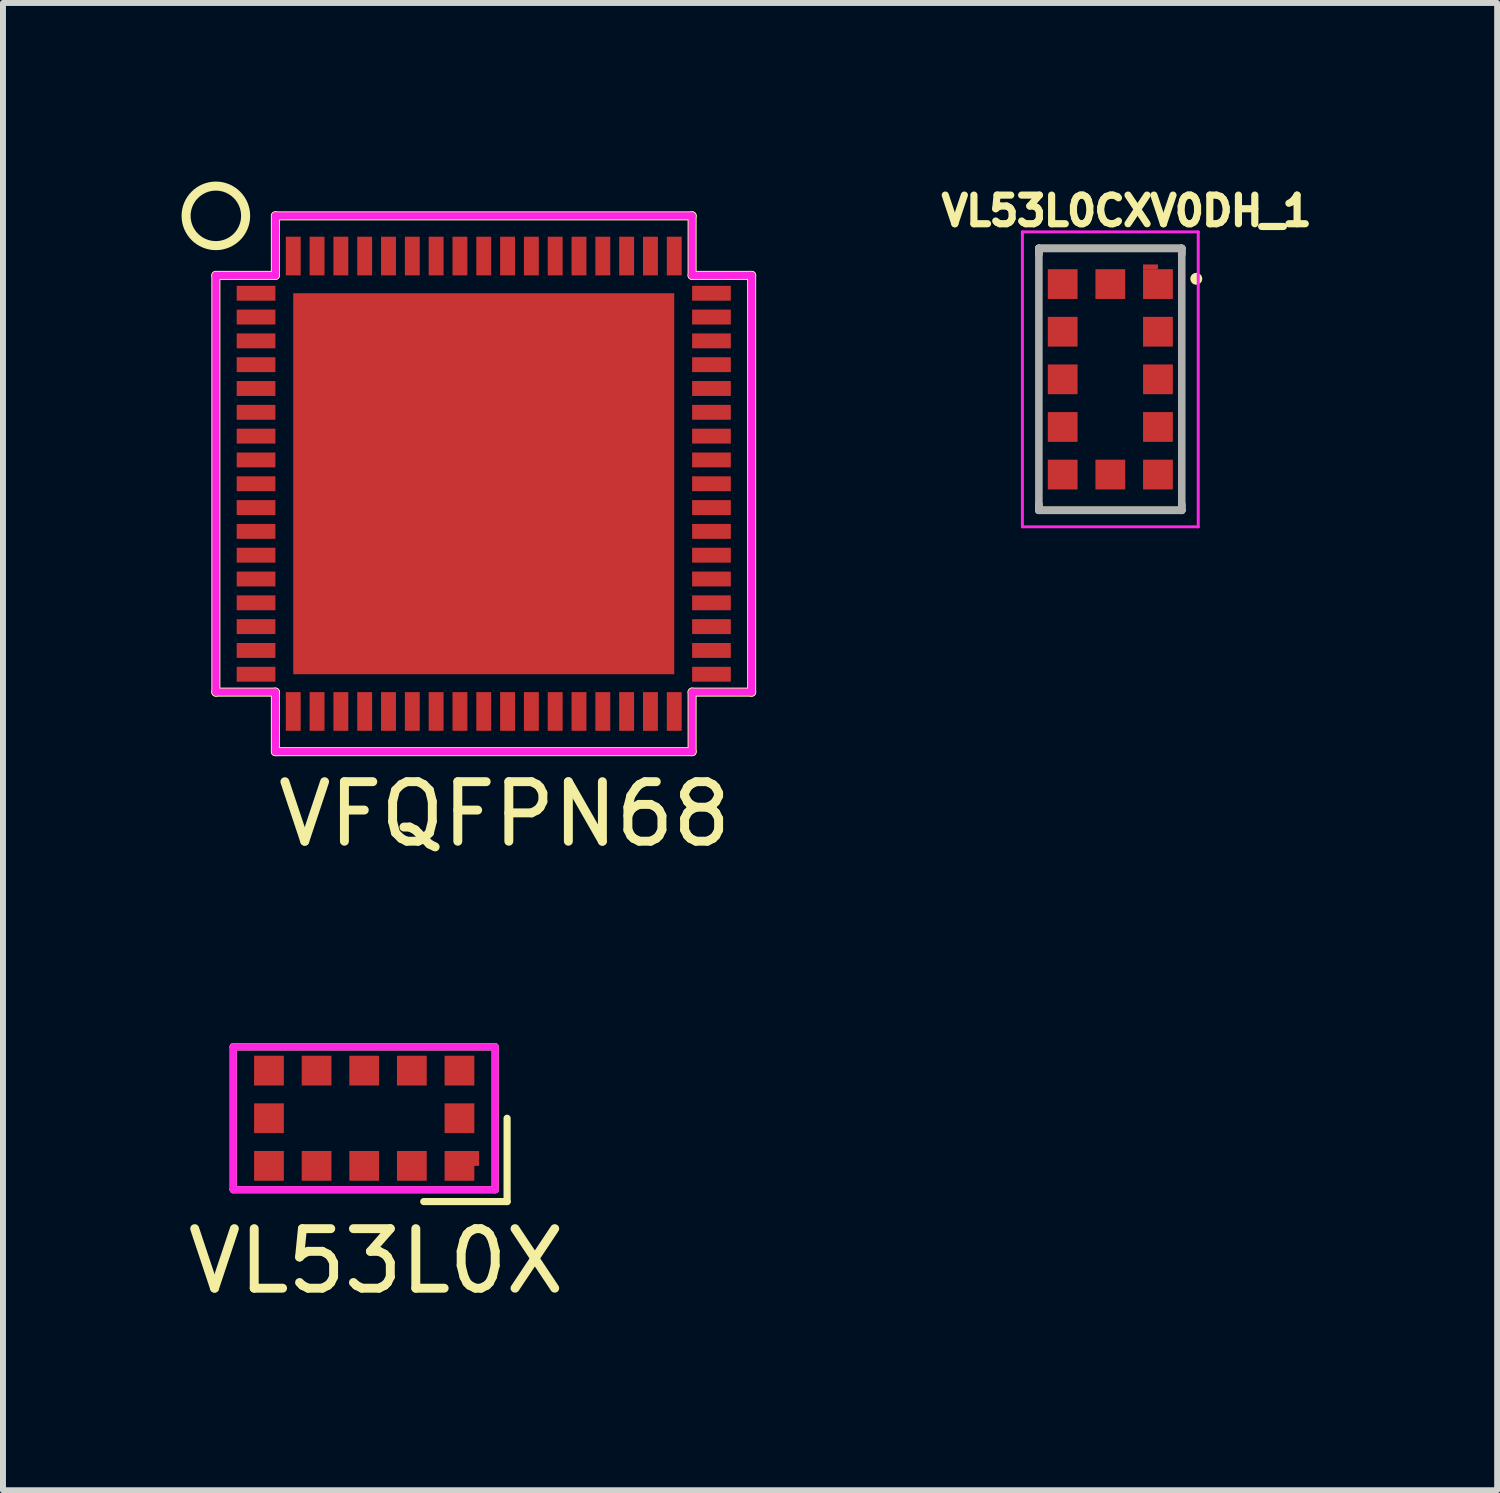
<source format=kicad_pcb>
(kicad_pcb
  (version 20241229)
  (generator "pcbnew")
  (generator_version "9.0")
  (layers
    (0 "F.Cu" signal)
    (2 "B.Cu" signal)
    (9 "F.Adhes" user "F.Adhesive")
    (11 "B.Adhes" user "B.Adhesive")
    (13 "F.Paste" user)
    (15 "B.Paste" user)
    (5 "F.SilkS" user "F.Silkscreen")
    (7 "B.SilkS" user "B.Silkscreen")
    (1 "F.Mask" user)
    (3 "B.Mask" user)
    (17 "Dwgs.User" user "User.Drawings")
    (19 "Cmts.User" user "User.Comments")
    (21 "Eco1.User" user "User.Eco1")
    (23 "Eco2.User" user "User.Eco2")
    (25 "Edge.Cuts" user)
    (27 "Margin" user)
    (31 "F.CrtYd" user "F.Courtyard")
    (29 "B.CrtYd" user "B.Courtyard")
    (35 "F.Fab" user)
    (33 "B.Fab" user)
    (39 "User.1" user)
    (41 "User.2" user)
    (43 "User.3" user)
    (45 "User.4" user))
  (footprint "VL53L0X"
    (layer "F.Cu")
    (at 3.068 15.734)
    (property "Reference" "VL53L0X" (at 0.2 2.4 0) (layer "F.SilkS") (effects (font (size 1 1) (thickness 0.15))))
    (attr through_hole)
    (fp_line (start -2.2 -1.2) (end 2.2 -1.2) (stroke (width 0.12) (type solid)) (layer "F.SilkS"))
    (fp_line (start -2.2 1.2) (end -2.2 -1.2) (stroke (width 0.12) (type solid)) (layer "F.SilkS"))
    (fp_line (start 2.2 -1.2) (end 2.2 1.2) (stroke (width 0.12) (type solid)) (layer "F.SilkS"))
    (fp_line (start 2.2 1.2) (end -2.2 1.2) (stroke (width 0.12) (type solid)) (layer "F.SilkS"))
    (fp_line (start 2.4 0) (end 2.4 1.4) (stroke (width 0.12) (type solid)) (layer "F.SilkS"))
    (fp_line (start 2.4 1.4) (end 1 1.4) (stroke (width 0.12) (type solid)) (layer "F.SilkS"))
    (fp_line (start -2.2 -1.2) (end 2.2 -1.2) (stroke (width 0.12) (type solid)) (layer "F.CrtYd"))
    (fp_line (start -2.2 1.2) (end -2.2 -1.2) (stroke (width 0.12) (type solid)) (layer "F.CrtYd"))
    (fp_line (start 2.2 -1.2) (end 2.2 1.2) (stroke (width 0.12) (type solid)) (layer "F.CrtYd"))
    (fp_line (start 2.2 1.2) (end -2.2 1.2) (stroke (width 0.12) (type solid)) (layer "F.CrtYd"))
    (pad "1" smd custom (at 1.6 0.8) (size 0.5 0.5) (layers "F.Cu" "F.Mask" "F.Paste") (options (anchor rect)) (primitives (gr_poly (pts (xy 0.33 0) (xy 0.33 -0.25) (xy 0.25 -0.25) (xy 0.25 0)) (width 0) (fill yes))))
    (pad "2" smd rect (at 0.8 0.8) (size 0.5 0.5) (layers "F.Cu" "F.Mask" "F.Paste"))
    (pad "3" smd rect (at 0 0.8) (size 0.5 0.5) (layers "F.Cu" "F.Mask" "F.Paste"))
    (pad "4" smd rect (at -0.8 0.8) (size 0.5 0.5) (layers "F.Cu" "F.Mask" "F.Paste"))
    (pad "5" smd rect (at -1.6 0.8) (size 0.5 0.5) (layers "F.Cu" "F.Mask" "F.Paste"))
    (pad "6" smd rect (at -1.6 0) (size 0.5 0.5) (layers "F.Cu" "F.Mask" "F.Paste"))
    (pad "7" smd rect (at -1.6 -0.8) (size 0.5 0.5) (layers "F.Cu" "F.Mask" "F.Paste"))
    (pad "8" smd rect (at -0.8 -0.8) (size 0.5 0.5) (layers "F.Cu" "F.Mask" "F.Paste"))
    (pad "9" smd rect (at 0 -0.8) (size 0.5 0.5) (layers "F.Cu" "F.Mask" "F.Paste"))
    (pad "10" smd rect (at 0.8 -0.8) (size 0.5 0.5) (layers "F.Cu" "F.Mask" "F.Paste"))
    (pad "11" smd rect (at 1.6 -0.8) (size 0.5 0.5) (layers "F.Cu" "F.Mask" "F.Paste"))
    (pad "12" smd rect (at 1.6 0) (size 0.5 0.5) (layers "F.Cu" "F.Mask" "F.Paste")))
  (footprint "VFQFPN68"
    (layer "F.Cu")
    (at 5.076 5.076)
    (property "Reference" "VFQFPN68" (at 0.35 5.55 0) (layer "F.SilkS") (effects (font (size 1 1) (thickness 0.15))))
    (attr through_hole)
    (fp_line (start -4.5 -3.5) (end -4.5 3.5) (stroke (width 0.152) (type solid)) (layer "F.SilkS"))
    (fp_line (start -4.5 3.5) (end -3.5 3.5) (stroke (width 0.152) (type solid)) (layer "F.SilkS"))
    (fp_line (start -3.5 -4.5) (end -3.5 -3.5) (stroke (width 0.152) (type solid)) (layer "F.SilkS"))
    (fp_line (start -3.5 -3.5) (end -4.5 -3.5) (stroke (width 0.152) (type solid)) (layer "F.SilkS"))
    (fp_line (start -3.5 3.5) (end -3.5 4.5) (stroke (width 0.152) (type solid)) (layer "F.SilkS"))
    (fp_line (start -3.5 4.5) (end 3.5 4.5) (stroke (width 0.152) (type solid)) (layer "F.SilkS"))
    (fp_line (start 3.5 -4.5) (end -3.5 -4.5) (stroke (width 0.152) (type solid)) (layer "F.SilkS"))
    (fp_line (start 3.5 -3.5) (end 3.5 -4.5) (stroke (width 0.152) (type solid)) (layer "F.SilkS"))
    (fp_line (start 3.5 3.5) (end 4.5 3.5) (stroke (width 0.152) (type solid)) (layer "F.SilkS"))
    (fp_line (start 3.5 4.5) (end 3.5 3.5) (stroke (width 0.152) (type solid)) (layer "F.SilkS"))
    (fp_line (start 4.5 -3.5) (end 3.5 -3.5) (stroke (width 0.152) (type solid)) (layer "F.SilkS"))
    (fp_line (start 4.5 3.5) (end 4.5 -3.5) (stroke (width 0.152) (type solid)) (layer "F.SilkS"))
    (fp_circle (center -4.5 -4.5) (end -4 -4.5) (stroke (width 0.152) (type solid)) (fill no) (layer "F.SilkS"))
    (fp_poly (pts (xy -2.8 -2.8) (xy -2.8 -0.4) (xy -0.4 -0.4) (xy -0.4 -2.8)) (stroke (width 0.1) (type solid)) (fill yes) (layer "F.Paste"))
    (fp_poly (pts (xy -2.8 0.4) (xy -2.8 2.8) (xy -0.4 2.8) (xy -0.4 0.4)) (stroke (width 0.1) (type solid)) (fill yes) (layer "F.Paste"))
    (fp_poly (pts (xy 0.4 -2.8) (xy 0.4 -0.4) (xy 2.8 -0.4) (xy 2.8 -2.8)) (stroke (width 0.1) (type solid)) (fill yes) (layer "F.Paste"))
    (fp_poly (pts (xy 0.4 0.4) (xy 0.4 2.8) (xy 2.8 2.8) (xy 2.8 0.4)) (stroke (width 0.1) (type solid)) (fill yes) (layer "F.Paste"))
    (fp_line (start -4.5 -3.5) (end -4.5 3.5) (stroke (width 0.12) (type solid)) (layer "F.CrtYd"))
    (fp_line (start -4.5 -3.5) (end -3.5 -3.5) (stroke (width 0.12) (type solid)) (layer "F.CrtYd"))
    (fp_line (start -4.5 3.5) (end -3.5 3.5) (stroke (width 0.12) (type solid)) (layer "F.CrtYd"))
    (fp_line (start -3.5 -4.5) (end 3.5 -4.5) (stroke (width 0.12) (type solid)) (layer "F.CrtYd"))
    (fp_line (start -3.5 -3.5) (end -3.5 -4.5) (stroke (width 0.12) (type solid)) (layer "F.CrtYd"))
    (fp_line (start -3.5 3.5) (end -3.5 4.5) (stroke (width 0.12) (type solid)) (layer "F.CrtYd"))
    (fp_line (start -3.5 4.5) (end 3.5 4.5) (stroke (width 0.12) (type solid)) (layer "F.CrtYd"))
    (fp_line (start 3.5 -4.5) (end 3.5 -3.5) (stroke (width 0.12) (type solid)) (layer "F.CrtYd"))
    (fp_line (start 3.5 3.5) (end 4.5 3.5) (stroke (width 0.12) (type solid)) (layer "F.CrtYd"))
    (fp_line (start 3.5 4.5) (end 3.5 3.5) (stroke (width 0.12) (type solid)) (layer "F.CrtYd"))
    (fp_line (start 4.5 -3.5) (end 3.5 -3.5) (stroke (width 0.12) (type solid)) (layer "F.CrtYd"))
    (fp_line (start 4.5 3.5) (end 4.5 -3.5) (stroke (width 0.12) (type solid)) (layer "F.CrtYd"))
    (pad "1" smd rect (at -3.825 -3.2) (size 0.65 0.25) (layers "F.Cu" "F.Mask" "F.Paste"))
    (pad "2" smd rect (at -3.825 -2.8) (size 0.65 0.25) (layers "F.Cu" "F.Mask" "F.Paste"))
    (pad "3" smd rect (at -3.825 -2.4) (size 0.65 0.25) (layers "F.Cu" "F.Mask" "F.Paste"))
    (pad "4" smd rect (at -3.825 -2) (size 0.65 0.25) (layers "F.Cu" "F.Mask" "F.Paste"))
    (pad "5" smd rect (at -3.825 -1.6) (size 0.65 0.25) (layers "F.Cu" "F.Mask" "F.Paste"))
    (pad "6" smd rect (at -3.825 -1.2) (size 0.65 0.25) (layers "F.Cu" "F.Mask" "F.Paste"))
    (pad "7" smd rect (at -3.825 -0.8) (size 0.65 0.25) (layers "F.Cu" "F.Mask" "F.Paste"))
    (pad "8" smd rect (at -3.825 -0.4) (size 0.65 0.25) (layers "F.Cu" "F.Mask" "F.Paste"))
    (pad "9" smd rect (at -3.825 0) (size 0.65 0.25) (layers "F.Cu" "F.Mask" "F.Paste"))
    (pad "10" smd rect (at -3.825 0.4) (size 0.65 0.25) (layers "F.Cu" "F.Mask" "F.Paste"))
    (pad "11" smd rect (at -3.825 0.8) (size 0.65 0.25) (layers "F.Cu" "F.Mask" "F.Paste"))
    (pad "12" smd rect (at -3.825 1.2) (size 0.65 0.25) (layers "F.Cu" "F.Mask" "F.Paste"))
    (pad "13" smd rect (at -3.825 1.6) (size 0.65 0.25) (layers "F.Cu" "F.Mask" "F.Paste"))
    (pad "14" smd rect (at -3.825 2) (size 0.65 0.25) (layers "F.Cu" "F.Mask" "F.Paste"))
    (pad "15" smd rect (at -3.825 2.4) (size 0.65 0.25) (layers "F.Cu" "F.Mask" "F.Paste"))
    (pad "16" smd rect (at -3.825 2.8) (size 0.65 0.25) (layers "F.Cu" "F.Mask" "F.Paste"))
    (pad "17" smd rect (at -3.825 3.2) (size 0.65 0.25) (layers "F.Cu" "F.Mask" "F.Paste"))
    (pad "18" smd rect (at -3.2 3.825) (size 0.25 0.65) (layers "F.Cu" "F.Mask" "F.Paste"))
    (pad "19" smd rect (at -2.8 3.825) (size 0.25 0.65) (layers "F.Cu" "F.Mask" "F.Paste"))
    (pad "20" smd rect (at -2.4 3.825) (size 0.25 0.65) (layers "F.Cu" "F.Mask" "F.Paste"))
    (pad "21" smd rect (at -2 3.825) (size 0.25 0.65) (layers "F.Cu" "F.Mask" "F.Paste"))
    (pad "22" smd rect (at -1.6 3.825) (size 0.25 0.65) (layers "F.Cu" "F.Mask" "F.Paste"))
    (pad "23" smd rect (at -1.2 3.825) (size 0.25 0.65) (layers "F.Cu" "F.Mask" "F.Paste"))
    (pad "24" smd rect (at -0.8 3.825) (size 0.25 0.65) (layers "F.Cu" "F.Mask" "F.Paste"))
    (pad "25" smd rect (at -0.4 3.825) (size 0.25 0.65) (layers "F.Cu" "F.Mask" "F.Paste"))
    (pad "26" smd rect (at 0 3.825) (size 0.25 0.65) (layers "F.Cu" "F.Mask" "F.Paste"))
    (pad "27" smd rect (at 0.4 3.825) (size 0.25 0.65) (layers "F.Cu" "F.Mask" "F.Paste"))
    (pad "28" smd rect (at 0.8 3.825) (size 0.25 0.65) (layers "F.Cu" "F.Mask" "F.Paste"))
    (pad "29" smd rect (at 1.2 3.825) (size 0.25 0.65) (layers "F.Cu" "F.Mask" "F.Paste"))
    (pad "30" smd rect (at 1.6 3.825) (size 0.25 0.65) (layers "F.Cu" "F.Mask" "F.Paste"))
    (pad "31" smd rect (at 2 3.825) (size 0.25 0.65) (layers "F.Cu" "F.Mask" "F.Paste"))
    (pad "32" smd rect (at 2.4 3.825) (size 0.25 0.65) (layers "F.Cu" "F.Mask" "F.Paste"))
    (pad "33" smd rect (at 2.8 3.825) (size 0.25 0.65) (layers "F.Cu" "F.Mask" "F.Paste"))
    (pad "34" smd rect (at 3.2 3.825) (size 0.25 0.65) (layers "F.Cu" "F.Mask" "F.Paste"))
    (pad "35" smd rect (at 3.825 3.2) (size 0.65 0.25) (layers "F.Cu" "F.Mask" "F.Paste"))
    (pad "36" smd rect (at 3.825 2.8) (size 0.65 0.25) (layers "F.Cu" "F.Mask" "F.Paste"))
    (pad "37" smd rect (at 3.825 2.4) (size 0.65 0.25) (layers "F.Cu" "F.Mask" "F.Paste"))
    (pad "38" smd rect (at 3.825 2) (size 0.65 0.25) (layers "F.Cu" "F.Mask" "F.Paste"))
    (pad "39" smd rect (at 3.825 1.6) (size 0.65 0.25) (layers "F.Cu" "F.Mask" "F.Paste"))
    (pad "40" smd rect (at 3.825 1.2) (size 0.65 0.25) (layers "F.Cu" "F.Mask" "F.Paste"))
    (pad "41" smd rect (at 3.825 0.8) (size 0.65 0.25) (layers "F.Cu" "F.Mask" "F.Paste"))
    (pad "42" smd rect (at 3.825 0.4) (size 0.65 0.25) (layers "F.Cu" "F.Mask" "F.Paste"))
    (pad "43" smd rect (at 3.825 0) (size 0.65 0.25) (layers "F.Cu" "F.Mask" "F.Paste"))
    (pad "44" smd rect (at 3.825 -0.4) (size 0.65 0.25) (layers "F.Cu" "F.Mask" "F.Paste"))
    (pad "45" smd rect (at 3.825 -0.8) (size 0.65 0.25) (layers "F.Cu" "F.Mask" "F.Paste"))
    (pad "46" smd rect (at 3.825 -1.2) (size 0.65 0.25) (layers "F.Cu" "F.Mask" "F.Paste"))
    (pad "47" smd rect (at 3.825 -1.6) (size 0.65 0.25) (layers "F.Cu" "F.Mask" "F.Paste"))
    (pad "48" smd rect (at 3.825 -2) (size 0.65 0.25) (layers "F.Cu" "F.Mask" "F.Paste"))
    (pad "49" smd rect (at 3.825 -2.4) (size 0.65 0.25) (layers "F.Cu" "F.Mask" "F.Paste"))
    (pad "50" smd rect (at 3.825 -2.8) (size 0.65 0.25) (layers "F.Cu" "F.Mask" "F.Paste"))
    (pad "51" smd rect (at 3.825 -3.2) (size 0.65 0.25) (layers "F.Cu" "F.Mask" "F.Paste"))
    (pad "52" smd rect (at 3.2 -3.825) (size 0.25 0.65) (layers "F.Cu" "F.Mask" "F.Paste"))
    (pad "53" smd rect (at 2.8 -3.825) (size 0.25 0.65) (layers "F.Cu" "F.Mask" "F.Paste"))
    (pad "54" smd rect (at 2.4 -3.825) (size 0.25 0.65) (layers "F.Cu" "F.Mask" "F.Paste"))
    (pad "55" smd rect (at 2 -3.825) (size 0.25 0.65) (layers "F.Cu" "F.Mask" "F.Paste"))
    (pad "56" smd rect (at 1.6 -3.825) (size 0.25 0.65) (layers "F.Cu" "F.Mask" "F.Paste"))
    (pad "57" smd rect (at 1.2 -3.825) (size 0.25 0.65) (layers "F.Cu" "F.Mask" "F.Paste"))
    (pad "58" smd rect (at 0.8 -3.825) (size 0.25 0.65) (layers "F.Cu" "F.Mask" "F.Paste"))
    (pad "59" smd rect (at 0.4 -3.825) (size 0.25 0.65) (layers "F.Cu" "F.Mask" "F.Paste"))
    (pad "60" smd rect (at 0 -3.825) (size 0.25 0.65) (layers "F.Cu" "F.Mask" "F.Paste"))
    (pad "61" smd rect (at -0.4 -3.825) (size 0.25 0.65) (layers "F.Cu" "F.Mask" "F.Paste"))
    (pad "62" smd rect (at -0.8 -3.825) (size 0.25 0.65) (layers "F.Cu" "F.Mask" "F.Paste"))
    (pad "63" smd rect (at -1.2 -3.825) (size 0.25 0.65) (layers "F.Cu" "F.Mask" "F.Paste"))
    (pad "64" smd rect (at -1.6 -3.825) (size 0.25 0.65) (layers "F.Cu" "F.Mask" "F.Paste"))
    (pad "65" smd rect (at -2 -3.825) (size 0.25 0.65) (layers "F.Cu" "F.Mask" "F.Paste"))
    (pad "66" smd rect (at -2.4 -3.825) (size 0.25 0.65) (layers "F.Cu" "F.Mask" "F.Paste"))
    (pad "67" smd rect (at -2.8 -3.825) (size 0.25 0.65) (layers "F.Cu" "F.Mask" "F.Paste"))
    (pad "68" smd rect (at -3.2 -3.825) (size 0.25 0.65) (layers "F.Cu" "F.Mask" "F.Paste"))
    (pad "69" smd rect (at 0 0) (size 6.4 6.4) (layers "F.Cu" "F.Mask")))
  (footprint "VL53L0CXV0DH_1"
    (layer "F.Cu")
    (at 15.601 3.322)
    (property "Reference" "VL53L0CXV0DH_1" (at 0.274 -2.83 0) (layer "F.SilkS") (effects (font (size 0.481 0.481) (thickness 0.15))))
    (attr smd)
    (fp_line (start -1.2 -2.2) (end -1.2 -2.1) (stroke (width 0.127) (type solid)) (layer "F.SilkS"))
    (fp_line (start -1.2 -2.2) (end 1.2 -2.2) (stroke (width 0.127) (type solid)) (layer "F.SilkS"))
    (fp_line (start -1.2 2.2) (end -1.2 2.1) (stroke (width 0.127) (type solid)) (layer "F.SilkS"))
    (fp_line (start 1.2 -2.2) (end 1.2 -2.1) (stroke (width 0.127) (type solid)) (layer "F.SilkS"))
    (fp_line (start 1.2 2.2) (end -1.2 2.2) (stroke (width 0.127) (type solid)) (layer "F.SilkS"))
    (fp_line (start 1.2 2.2) (end 1.2 2.1) (stroke (width 0.127) (type solid)) (layer "F.SilkS"))
    (fp_circle (center 1.444 -1.689) (end 1.544 -1.689) (stroke (width 0) (type solid)) (fill yes) (layer "F.SilkS"))
    (fp_line (start -1.477 -2.477) (end 1.477 -2.477) (stroke (width 0.05) (type solid)) (layer "F.CrtYd"))
    (fp_line (start -1.477 2.477) (end -1.477 -2.477) (stroke (width 0.05) (type solid)) (layer "F.CrtYd"))
    (fp_line (start 1.477 -2.477) (end 1.477 2.477) (stroke (width 0.05) (type solid)) (layer "F.CrtYd"))
    (fp_line (start 1.477 2.477) (end -1.477 2.477) (stroke (width 0.05) (type solid)) (layer "F.CrtYd"))
    (fp_line (start -1.2 -2.2) (end 1.2 -2.2) (stroke (width 0.127) (type solid)) (layer "F.Fab"))
    (fp_line (start -1.2 2.2) (end -1.2 -2.2) (stroke (width 0.127) (type solid)) (layer "F.Fab"))
    (fp_line (start 1.2 -2.2) (end 1.2 2.2) (stroke (width 0.127) (type solid)) (layer "F.Fab"))
    (fp_line (start 1.2 2.2) (end -1.2 2.2) (stroke (width 0.127) (type solid)) (layer "F.Fab"))
    (pad "1" smd rect (at 0.8 -1.6) (size 0.5 0.5) (layers "F.Cu" "F.Mask" "F.Paste"))
    (pad "1.1" smd rect (at 0.675 -1.89) (size 0.25 0.08) (layers "F.Cu" "F.Mask" "F.Paste"))
    (pad "2" smd rect (at 0.8 -0.8) (size 0.5 0.5) (layers "F.Cu" "F.Mask" "F.Paste"))
    (pad "3" smd rect (at 0.8 0) (size 0.5 0.5) (layers "F.Cu" "F.Mask" "F.Paste"))
    (pad "4" smd rect (at 0.8 0.8) (size 0.5 0.5) (layers "F.Cu" "F.Mask" "F.Paste"))
    (pad "5" smd rect (at 0.8 1.6) (size 0.5 0.5) (layers "F.Cu" "F.Mask" "F.Paste"))
    (pad "6" smd rect (at 0 1.6) (size 0.5 0.5) (layers "F.Cu" "F.Mask" "F.Paste"))
    (pad "7" smd rect (at -0.8 1.6) (size 0.5 0.5) (layers "F.Cu" "F.Mask" "F.Paste"))
    (pad "8" smd rect (at -0.8 0.8) (size 0.5 0.5) (layers "F.Cu" "F.Mask" "F.Paste"))
    (pad "9" smd rect (at -0.8 0) (size 0.5 0.5) (layers "F.Cu" "F.Mask" "F.Paste"))
    (pad "10" smd rect (at -0.8 -0.8) (size 0.5 0.5) (layers "F.Cu" "F.Mask" "F.Paste"))
    (pad "11" smd rect (at -0.8 -1.6) (size 0.5 0.5) (layers "F.Cu" "F.Mask" "F.Paste"))
    (pad "12" smd rect (at 0 -1.6) (size 0.5 0.5) (layers "F.Cu" "F.Mask" "F.Paste")))
  (gr_rect
    (start -3 -3)
    (end 22.099 21.983)
    (stroke (width 0.1) (type default))
    (fill no)
    (layer "Edge.Cuts")))
</source>
